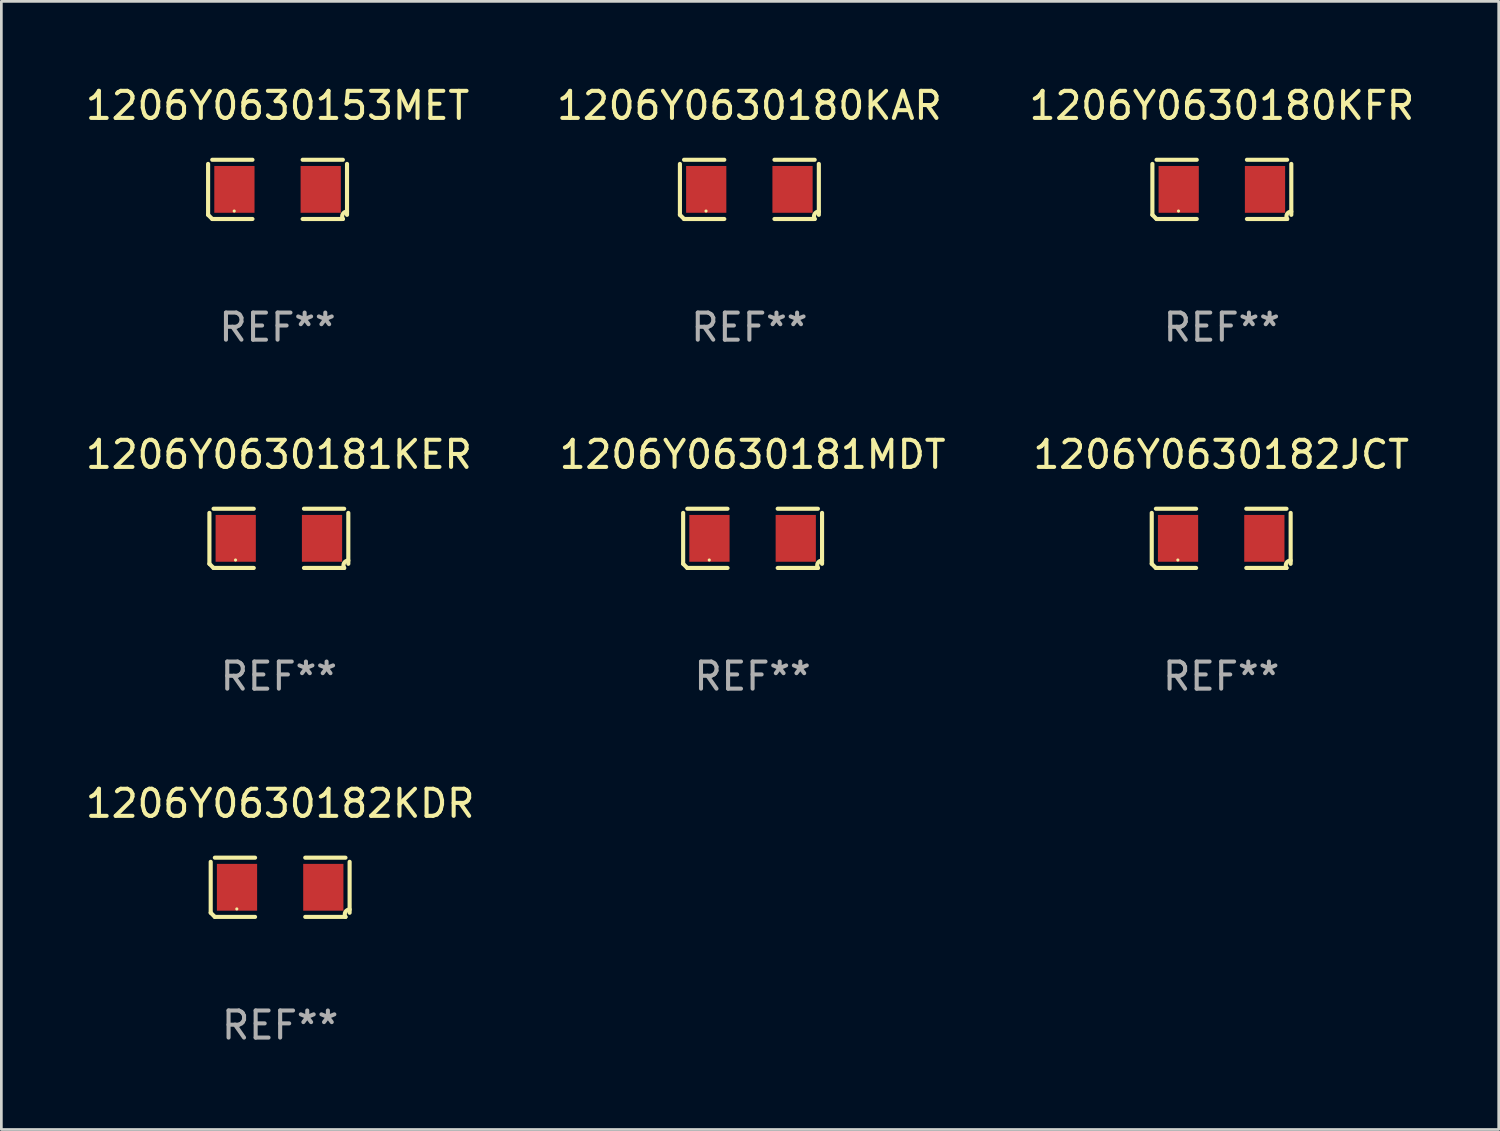
<source format=kicad_pcb>
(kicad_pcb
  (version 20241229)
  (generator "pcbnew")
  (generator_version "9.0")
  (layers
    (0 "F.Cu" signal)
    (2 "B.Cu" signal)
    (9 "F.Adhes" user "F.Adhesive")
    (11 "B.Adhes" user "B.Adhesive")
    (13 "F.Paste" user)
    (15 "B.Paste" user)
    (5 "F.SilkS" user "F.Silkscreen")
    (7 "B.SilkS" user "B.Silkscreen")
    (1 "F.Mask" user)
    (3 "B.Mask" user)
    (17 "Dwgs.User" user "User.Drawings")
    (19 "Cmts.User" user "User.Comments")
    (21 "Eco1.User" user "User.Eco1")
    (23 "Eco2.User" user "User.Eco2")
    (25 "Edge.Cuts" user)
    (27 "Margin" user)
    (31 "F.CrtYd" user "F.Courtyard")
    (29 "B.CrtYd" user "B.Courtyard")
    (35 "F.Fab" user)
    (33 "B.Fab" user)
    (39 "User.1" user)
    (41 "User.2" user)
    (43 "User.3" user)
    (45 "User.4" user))
  (footprint "1206Y0630180KAR"
    (layer "F.Cu")
    (at 24.613 3.941)
    (property "Reference" "1206Y0630180KAR" (at 0 -3.093 0) (layer "F.SilkS") (effects (font (size 1 1) (thickness 0.15))))
    (attr through_hole)
    (fp_line (start -2.564 0.94) (end -2.564 -0.94) (stroke (width 0.152) (type solid)) (layer "F.SilkS"))
    (fp_line (start -2.411 -1.093) (end -0.926 -1.093) (stroke (width 0.152) (type solid)) (layer "F.SilkS"))
    (fp_line (start -0.926 1.093) (end -2.411 1.093) (stroke (width 0.152) (type solid)) (layer "F.SilkS"))
    (fp_line (start 0.926 1.093) (end 2.411 1.093) (stroke (width 0.152) (type solid)) (layer "F.SilkS"))
    (fp_line (start 2.411 -1.093) (end 0.926 -1.093) (stroke (width 0.152) (type solid)) (layer "F.SilkS"))
    (fp_line (start 2.564 0.94) (end 2.564 -0.94) (stroke (width 0.152) (type solid)) (layer "F.SilkS"))
    (fp_arc (start -2.411201 1.092609) (mid -2.487413 1.01642) (end -2.563602 0.940208) (stroke (width 0.1524) (type solid)) (layer "F.SilkS"))
    (fp_arc (start 2.411201 1.092609) (mid 2.407159 0.911226) (end 2.563602 0.819347) (stroke (width 0.1524) (type solid)) (layer "F.SilkS"))
    (fp_circle (center -1.6 0.8) (end -1.57 0.8) (stroke (width 0.06) (type solid)) (fill no) (layer "F.SilkS"))
    (fp_text user "REF**" (at 0 5.093 0) (layer "F.Fab") (effects (font (size 1 1) (thickness 0.15))))
    (pad "1" smd rect (at -1.593 0) (size 1.485 1.728) (layers "F.Cu" "F.Mask" "F.Paste"))
    (pad "2" smd rect (at 1.593 0) (size 1.485 1.728) (layers "F.Cu" "F.Mask" "F.Paste")))
  (footprint "1206Y0630153MET"
    (layer "F.Cu")
    (at 7.196 3.941)
    (property "Reference" "1206Y0630153MET" (at 0 -3.093 0) (layer "F.SilkS") (effects (font (size 1 1) (thickness 0.15))))
    (attr through_hole)
    (fp_line (start -2.564 0.94) (end -2.564 -0.94) (stroke (width 0.152) (type solid)) (layer "F.SilkS"))
    (fp_line (start -2.411 -1.093) (end -0.926 -1.093) (stroke (width 0.152) (type solid)) (layer "F.SilkS"))
    (fp_line (start -0.926 1.093) (end -2.411 1.093) (stroke (width 0.152) (type solid)) (layer "F.SilkS"))
    (fp_line (start 0.926 1.093) (end 2.411 1.093) (stroke (width 0.152) (type solid)) (layer "F.SilkS"))
    (fp_line (start 2.411 -1.093) (end 0.926 -1.093) (stroke (width 0.152) (type solid)) (layer "F.SilkS"))
    (fp_line (start 2.564 0.94) (end 2.564 -0.94) (stroke (width 0.152) (type solid)) (layer "F.SilkS"))
    (fp_arc (start -2.411201 1.092609) (mid -2.487413 1.01642) (end -2.563602 0.940208) (stroke (width 0.1524) (type solid)) (layer "F.SilkS"))
    (fp_arc (start 2.411201 1.092609) (mid 2.407159 0.911226) (end 2.563602 0.819347) (stroke (width 0.1524) (type solid)) (layer "F.SilkS"))
    (fp_circle (center -1.6 0.8) (end -1.57 0.8) (stroke (width 0.06) (type solid)) (fill no) (layer "F.SilkS"))
    (fp_text user "REF**" (at 0 5.093 0) (layer "F.Fab") (effects (font (size 1 1) (thickness 0.15))))
    (pad "1" smd rect (at -1.593 0) (size 1.485 1.728) (layers "F.Cu" "F.Mask" "F.Paste"))
    (pad "2" smd rect (at 1.593 0) (size 1.485 1.728) (layers "F.Cu" "F.Mask" "F.Paste")))
  (footprint "1206Y0630182JCT"
    (layer "F.Cu")
    (at 42.03 16.823)
    (property "Reference" "1206Y0630182JCT" (at 0 -3.093 0) (layer "F.SilkS") (effects (font (size 1 1) (thickness 0.15))))
    (attr through_hole)
    (fp_line (start -2.564 0.94) (end -2.564 -0.94) (stroke (width 0.152) (type solid)) (layer "F.SilkS"))
    (fp_line (start -2.411 -1.093) (end -0.926 -1.093) (stroke (width 0.152) (type solid)) (layer "F.SilkS"))
    (fp_line (start -0.926 1.093) (end -2.411 1.093) (stroke (width 0.152) (type solid)) (layer "F.SilkS"))
    (fp_line (start 0.926 1.093) (end 2.411 1.093) (stroke (width 0.152) (type solid)) (layer "F.SilkS"))
    (fp_line (start 2.411 -1.093) (end 0.926 -1.093) (stroke (width 0.152) (type solid)) (layer "F.SilkS"))
    (fp_line (start 2.564 0.94) (end 2.564 -0.94) (stroke (width 0.152) (type solid)) (layer "F.SilkS"))
    (fp_arc (start -2.411201 1.092609) (mid -2.487413 1.01642) (end -2.563602 0.940208) (stroke (width 0.1524) (type solid)) (layer "F.SilkS"))
    (fp_arc (start 2.411201 1.092609) (mid 2.407159 0.911226) (end 2.563602 0.819347) (stroke (width 0.1524) (type solid)) (layer "F.SilkS"))
    (fp_circle (center -1.6 0.8) (end -1.57 0.8) (stroke (width 0.06) (type solid)) (fill no) (layer "F.SilkS"))
    (fp_text user "REF**" (at 0 5.093 0) (layer "F.Fab") (effects (font (size 1 1) (thickness 0.15))))
    (pad "1" smd rect (at -1.593 0) (size 1.485 1.728) (layers "F.Cu" "F.Mask" "F.Paste"))
    (pad "2" smd rect (at 1.593 0) (size 1.485 1.728) (layers "F.Cu" "F.Mask" "F.Paste")))
  (footprint "1206Y0630180KFR"
    (layer "F.Cu")
    (at 42.054 3.941)
    (property "Reference" "1206Y0630180KFR" (at 0 -3.093 0) (layer "F.SilkS") (effects (font (size 1 1) (thickness 0.15))))
    (attr through_hole)
    (fp_line (start -2.564 0.94) (end -2.564 -0.94) (stroke (width 0.152) (type solid)) (layer "F.SilkS"))
    (fp_line (start -2.411 -1.093) (end -0.926 -1.093) (stroke (width 0.152) (type solid)) (layer "F.SilkS"))
    (fp_line (start -0.926 1.093) (end -2.411 1.093) (stroke (width 0.152) (type solid)) (layer "F.SilkS"))
    (fp_line (start 0.926 1.093) (end 2.411 1.093) (stroke (width 0.152) (type solid)) (layer "F.SilkS"))
    (fp_line (start 2.411 -1.093) (end 0.926 -1.093) (stroke (width 0.152) (type solid)) (layer "F.SilkS"))
    (fp_line (start 2.564 0.94) (end 2.564 -0.94) (stroke (width 0.152) (type solid)) (layer "F.SilkS"))
    (fp_arc (start -2.411201 1.092609) (mid -2.487413 1.01642) (end -2.563602 0.940208) (stroke (width 0.1524) (type solid)) (layer "F.SilkS"))
    (fp_arc (start 2.411201 1.092609) (mid 2.407159 0.911226) (end 2.563602 0.819347) (stroke (width 0.1524) (type solid)) (layer "F.SilkS"))
    (fp_circle (center -1.6 0.8) (end -1.57 0.8) (stroke (width 0.06) (type solid)) (fill no) (layer "F.SilkS"))
    (fp_text user "REF**" (at 0 5.093 0) (layer "F.Fab") (effects (font (size 1 1) (thickness 0.15))))
    (pad "1" smd rect (at -1.593 0) (size 1.485 1.728) (layers "F.Cu" "F.Mask" "F.Paste"))
    (pad "2" smd rect (at 1.593 0) (size 1.485 1.728) (layers "F.Cu" "F.Mask" "F.Paste")))
  (footprint "1206Y0630182KDR"
    (layer "F.Cu")
    (at 7.292 29.704)
    (property "Reference" "1206Y0630182KDR" (at 0 -3.093 0) (layer "F.SilkS") (effects (font (size 1 1) (thickness 0.15))))
    (attr through_hole)
    (fp_line (start -2.564 0.94) (end -2.564 -0.94) (stroke (width 0.152) (type solid)) (layer "F.SilkS"))
    (fp_line (start -2.411 -1.093) (end -0.926 -1.093) (stroke (width 0.152) (type solid)) (layer "F.SilkS"))
    (fp_line (start -0.926 1.093) (end -2.411 1.093) (stroke (width 0.152) (type solid)) (layer "F.SilkS"))
    (fp_line (start 0.926 1.093) (end 2.411 1.093) (stroke (width 0.152) (type solid)) (layer "F.SilkS"))
    (fp_line (start 2.411 -1.093) (end 0.926 -1.093) (stroke (width 0.152) (type solid)) (layer "F.SilkS"))
    (fp_line (start 2.564 0.94) (end 2.564 -0.94) (stroke (width 0.152) (type solid)) (layer "F.SilkS"))
    (fp_arc (start -2.411201 1.092609) (mid -2.487413 1.01642) (end -2.563602 0.940208) (stroke (width 0.1524) (type solid)) (layer "F.SilkS"))
    (fp_arc (start 2.411201 1.092609) (mid 2.407159 0.911226) (end 2.563602 0.819347) (stroke (width 0.1524) (type solid)) (layer "F.SilkS"))
    (fp_circle (center -1.6 0.8) (end -1.57 0.8) (stroke (width 0.06) (type solid)) (fill no) (layer "F.SilkS"))
    (fp_text user "REF**" (at 0 5.093 0) (layer "F.Fab") (effects (font (size 1 1) (thickness 0.15))))
    (pad "1" smd rect (at -1.593 0) (size 1.485 1.728) (layers "F.Cu" "F.Mask" "F.Paste"))
    (pad "2" smd rect (at 1.593 0) (size 1.485 1.728) (layers "F.Cu" "F.Mask" "F.Paste")))
  (footprint "1206Y0630181KER"
    (layer "F.Cu")
    (at 7.244 16.823)
    (property "Reference" "1206Y0630181KER" (at 0 -3.093 0) (layer "F.SilkS") (effects (font (size 1 1) (thickness 0.15))))
    (attr through_hole)
    (fp_line (start -2.564 0.94) (end -2.564 -0.94) (stroke (width 0.152) (type solid)) (layer "F.SilkS"))
    (fp_line (start -2.411 -1.093) (end -0.926 -1.093) (stroke (width 0.152) (type solid)) (layer "F.SilkS"))
    (fp_line (start -0.926 1.093) (end -2.411 1.093) (stroke (width 0.152) (type solid)) (layer "F.SilkS"))
    (fp_line (start 0.926 1.093) (end 2.411 1.093) (stroke (width 0.152) (type solid)) (layer "F.SilkS"))
    (fp_line (start 2.411 -1.093) (end 0.926 -1.093) (stroke (width 0.152) (type solid)) (layer "F.SilkS"))
    (fp_line (start 2.564 0.94) (end 2.564 -0.94) (stroke (width 0.152) (type solid)) (layer "F.SilkS"))
    (fp_arc (start -2.411201 1.092609) (mid -2.487413 1.01642) (end -2.563602 0.940208) (stroke (width 0.1524) (type solid)) (layer "F.SilkS"))
    (fp_arc (start 2.411201 1.092609) (mid 2.407159 0.911226) (end 2.563602 0.819347) (stroke (width 0.1524) (type solid)) (layer "F.SilkS"))
    (fp_circle (center -1.6 0.8) (end -1.57 0.8) (stroke (width 0.06) (type solid)) (fill no) (layer "F.SilkS"))
    (fp_text user "REF**" (at 0 5.093 0) (layer "F.Fab") (effects (font (size 1 1) (thickness 0.15))))
    (pad "1" smd rect (at -1.593 0) (size 1.485 1.728) (layers "F.Cu" "F.Mask" "F.Paste"))
    (pad "2" smd rect (at 1.593 0) (size 1.485 1.728) (layers "F.Cu" "F.Mask" "F.Paste")))
  (footprint "1206Y0630181MDT"
    (layer "F.Cu")
    (at 24.732 16.823)
    (property "Reference" "1206Y0630181MDT" (at 0 -3.093 0) (layer "F.SilkS") (effects (font (size 1 1) (thickness 0.15))))
    (attr through_hole)
    (fp_line (start -2.564 0.94) (end -2.564 -0.94) (stroke (width 0.152) (type solid)) (layer "F.SilkS"))
    (fp_line (start -2.411 -1.093) (end -0.926 -1.093) (stroke (width 0.152) (type solid)) (layer "F.SilkS"))
    (fp_line (start -0.926 1.093) (end -2.411 1.093) (stroke (width 0.152) (type solid)) (layer "F.SilkS"))
    (fp_line (start 0.926 1.093) (end 2.411 1.093) (stroke (width 0.152) (type solid)) (layer "F.SilkS"))
    (fp_line (start 2.411 -1.093) (end 0.926 -1.093) (stroke (width 0.152) (type solid)) (layer "F.SilkS"))
    (fp_line (start 2.564 0.94) (end 2.564 -0.94) (stroke (width 0.152) (type solid)) (layer "F.SilkS"))
    (fp_arc (start -2.411201 1.092609) (mid -2.487413 1.01642) (end -2.563602 0.940208) (stroke (width 0.1524) (type solid)) (layer "F.SilkS"))
    (fp_arc (start 2.411201 1.092609) (mid 2.407159 0.911226) (end 2.563602 0.819347) (stroke (width 0.1524) (type solid)) (layer "F.SilkS"))
    (fp_circle (center -1.6 0.8) (end -1.57 0.8) (stroke (width 0.06) (type solid)) (fill no) (layer "F.SilkS"))
    (fp_text user "REF**" (at 0 5.093 0) (layer "F.Fab") (effects (font (size 1 1) (thickness 0.15))))
    (pad "1" smd rect (at -1.593 0) (size 1.485 1.728) (layers "F.Cu" "F.Mask" "F.Paste"))
    (pad "2" smd rect (at 1.593 0) (size 1.485 1.728) (layers "F.Cu" "F.Mask" "F.Paste")))
  (gr_rect
    (start -3 -3)
    (end 52.274 38.645)
    (stroke (width 0.1) (type default))
    (fill no)
    (layer "Edge.Cuts")))
</source>
